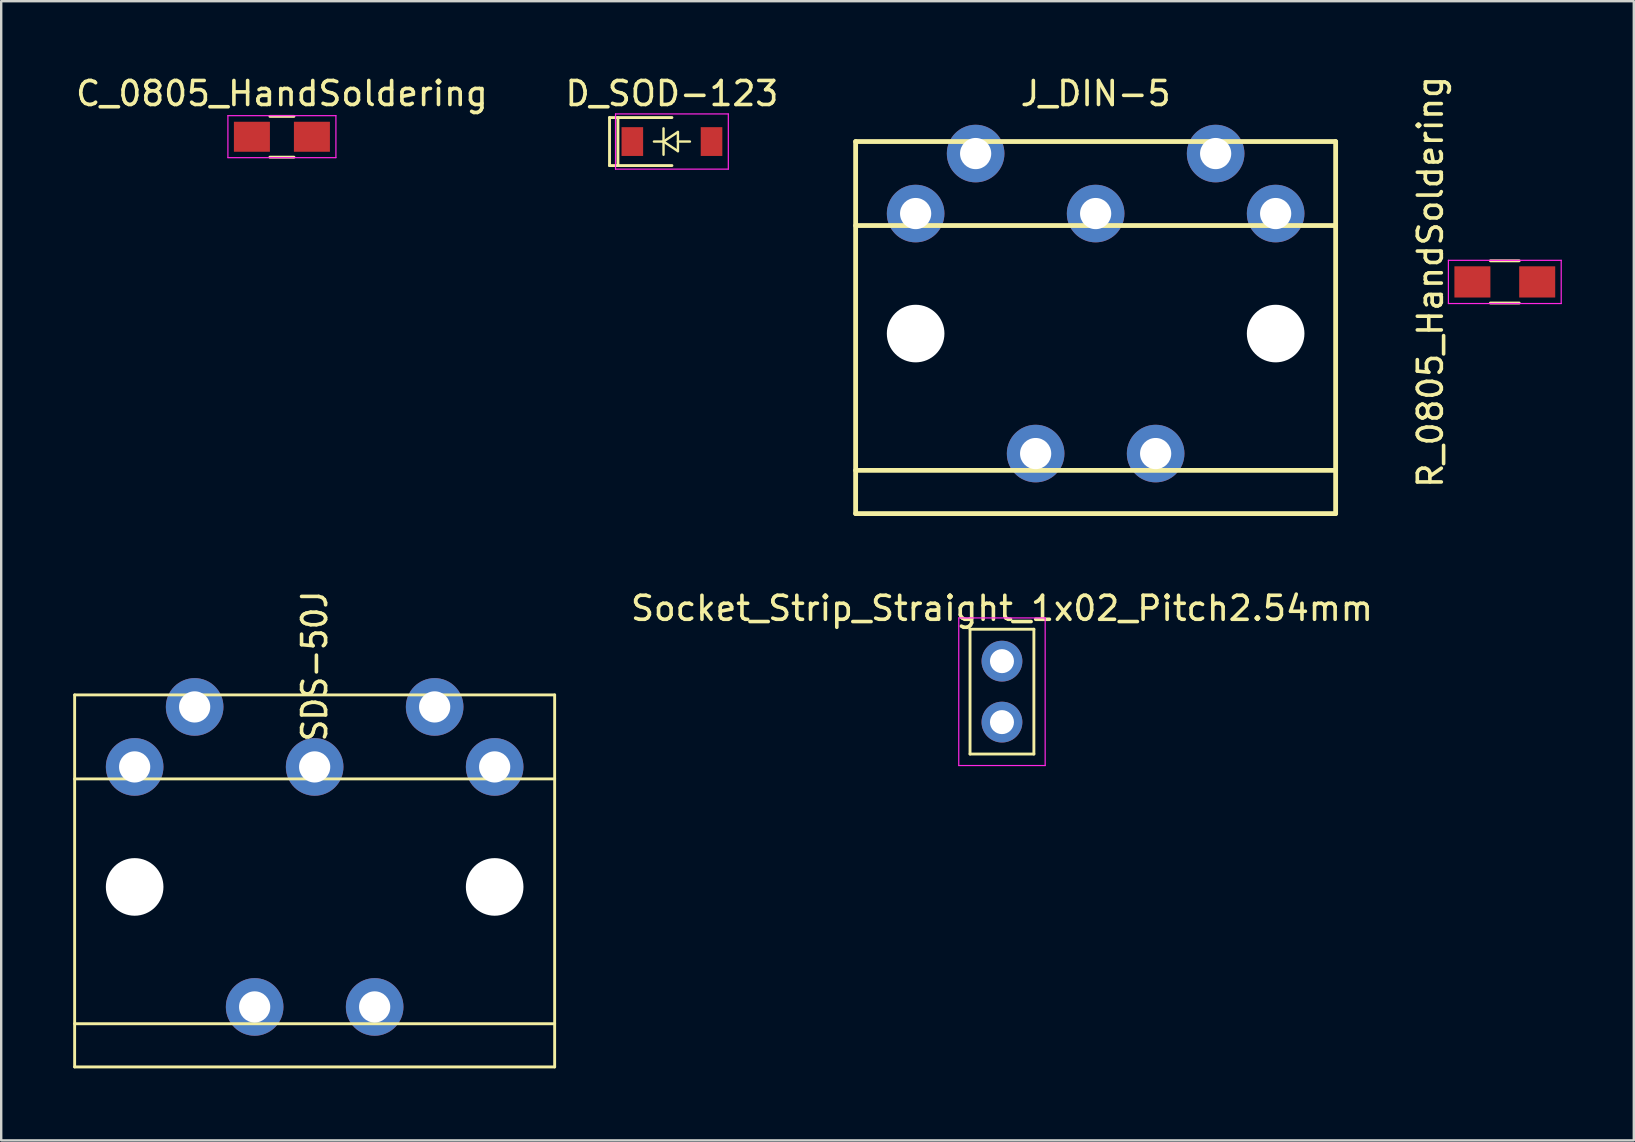
<source format=kicad_pcb>
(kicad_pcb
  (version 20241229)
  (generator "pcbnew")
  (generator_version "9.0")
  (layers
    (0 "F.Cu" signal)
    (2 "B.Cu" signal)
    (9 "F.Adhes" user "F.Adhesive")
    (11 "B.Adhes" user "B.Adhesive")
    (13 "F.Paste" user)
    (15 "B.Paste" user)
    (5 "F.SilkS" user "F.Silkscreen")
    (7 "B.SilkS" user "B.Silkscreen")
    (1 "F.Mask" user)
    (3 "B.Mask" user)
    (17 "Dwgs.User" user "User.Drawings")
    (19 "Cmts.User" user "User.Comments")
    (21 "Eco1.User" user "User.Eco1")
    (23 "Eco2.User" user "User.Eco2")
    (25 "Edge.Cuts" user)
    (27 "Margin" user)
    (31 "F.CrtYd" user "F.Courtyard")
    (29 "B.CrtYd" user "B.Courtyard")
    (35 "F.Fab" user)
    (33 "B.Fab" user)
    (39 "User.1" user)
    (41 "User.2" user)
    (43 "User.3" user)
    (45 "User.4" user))
  (footprint "D_SOD-123"
    (layer "F.Cu")
    (at 24.946 2.848)
    (property "Reference" "D_SOD-123" (at 0 -2 0) (layer "F.SilkS") (effects (font (size 1 1) (thickness 0.15))))
    (attr smd)
    (fp_line (start -2.6 -1) (end -2.6 1) (stroke (width 0.12) (type solid)) (layer "F.SilkS"))
    (fp_line (start -2.6 -1) (end 0 -1) (stroke (width 0.12) (type solid)) (layer "F.SilkS"))
    (fp_line (start -2.6 1) (end 0 1) (stroke (width 0.12) (type solid)) (layer "F.SilkS"))
    (fp_line (start -2.25 -1) (end -2.25 1) (stroke (width 0.12) (type solid)) (layer "F.SilkS"))
    (fp_line (start -0.75 0) (end -0.35 0) (stroke (width 0.1) (type solid)) (layer "F.SilkS"))
    (fp_line (start -0.35 0) (end 0.25 -0.4) (stroke (width 0.1) (type solid)) (layer "F.SilkS"))
    (fp_line (start -0.35 0.55) (end -0.35 -0.55) (stroke (width 0.1) (type solid)) (layer "F.SilkS"))
    (fp_line (start 0.25 -0.4) (end 0.25 0.4) (stroke (width 0.1) (type solid)) (layer "F.SilkS"))
    (fp_line (start 0.25 0) (end 0.75 0) (stroke (width 0.1) (type solid)) (layer "F.SilkS"))
    (fp_line (start 0.25 0.4) (end -0.35 0) (stroke (width 0.1) (type solid)) (layer "F.SilkS"))
    (fp_line (start -2.35 -1.15) (end -2.35 1.15) (stroke (width 0.05) (type solid)) (layer "F.CrtYd"))
    (fp_line (start -2.35 -1.15) (end 2.35 -1.15) (stroke (width 0.05) (type solid)) (layer "F.CrtYd"))
    (fp_line (start 2.35 -1.15) (end 2.35 1.15) (stroke (width 0.05) (type solid)) (layer "F.CrtYd"))
    (fp_line (start 2.35 1.15) (end -2.35 1.15) (stroke (width 0.05) (type solid)) (layer "F.CrtYd"))
    (pad "1" smd rect (at -1.65 0) (size 0.9 1.2) (layers "F.Cu" "F.Mask" "F.Paste"))
    (pad "2" smd rect (at 1.65 0) (size 0.9 1.2) (layers "F.Cu" "F.Mask" "F.Paste")))
  (footprint "R_0805_HandSoldering"
    (layer "F.Cu")
    (at 59.648 8.696)
    (property "Reference" "R_0805_HandSoldering" (at -3.1 0 90) (layer "F.SilkS") (effects (font (size 1 1) (thickness 0.15))))
    (attr smd)
    (fp_line (start -0.6 -0.88) (end 0.6 -0.88) (stroke (width 0.12) (type solid)) (layer "F.SilkS"))
    (fp_line (start 0.6 0.88) (end -0.6 0.88) (stroke (width 0.12) (type solid)) (layer "F.SilkS"))
    (fp_line (start -2.35 -0.9) (end -2.35 0.9) (stroke (width 0.05) (type solid)) (layer "F.CrtYd"))
    (fp_line (start -2.35 -0.9) (end 2.35 -0.9) (stroke (width 0.05) (type solid)) (layer "F.CrtYd"))
    (fp_line (start 2.35 0.9) (end -2.35 0.9) (stroke (width 0.05) (type solid)) (layer "F.CrtYd"))
    (fp_line (start 2.35 0.9) (end 2.35 -0.9) (stroke (width 0.05) (type solid)) (layer "F.CrtYd"))
    (pad "1" smd rect (at -1.35 0) (size 1.5 1.3) (layers "F.Cu" "F.Mask" "F.Paste"))
    (pad "2" smd rect (at 1.35 0) (size 1.5 1.3) (layers "F.Cu" "F.Mask" "F.Paste")))
  (footprint "Socket_Strip_Straight_1x02_Pitch2.54mm"
    (layer "F.Cu")
    (at 38.697 24.497)
    (property "Reference" "Socket_Strip_Straight_1x02_Pitch2.54mm" (at 0 -2.2 0) (layer "F.SilkS") (effects (font (size 1 1) (thickness 0.15))))
    (attr through_hole)
    (fp_line (start -1.33 -1.33) (end -1.33 3.87) (stroke (width 0.12) (type solid)) (layer "F.SilkS"))
    (fp_line (start -1.33 3.87) (end 1.33 3.87) (stroke (width 0.12) (type solid)) (layer "F.SilkS"))
    (fp_line (start 1.33 -1.33) (end -1.33 -1.33) (stroke (width 0.12) (type solid)) (layer "F.SilkS"))
    (fp_line (start 1.33 3.87) (end 1.33 -1.33) (stroke (width 0.12) (type solid)) (layer "F.SilkS"))
    (fp_line (start -1.8 -1.8) (end -1.8 4.35) (stroke (width 0.05) (type solid)) (layer "F.CrtYd"))
    (fp_line (start -1.8 4.35) (end 1.8 4.35) (stroke (width 0.05) (type solid)) (layer "F.CrtYd"))
    (fp_line (start 1.8 -1.8) (end -1.8 -1.8) (stroke (width 0.05) (type solid)) (layer "F.CrtYd"))
    (fp_line (start 1.8 4.35) (end 1.8 -1.8) (stroke (width 0.05) (type solid)) (layer "F.CrtYd"))
    (pad "1" thru_hole circle (at 0 0) (size 1.7 1.7) (drill 1) (layers "*.Cu" "*.Mask"))
    (pad "2" thru_hole oval (at 0 2.54) (size 1.7 1.7) (drill 1) (layers "*.Cu" "*.Mask")))
  (footprint "C_0805_HandSoldering"
    (layer "F.Cu")
    (at 8.696 2.648)
    (property "Reference" "C_0805_HandSoldering" (at 0 -1.8 0) (layer "F.SilkS") (effects (font (size 1 1) (thickness 0.15))))
    (attr smd)
    (fp_line (start -0.5 0.85) (end 0.5 0.85) (stroke (width 0.12) (type solid)) (layer "F.SilkS"))
    (fp_line (start 0.5 -0.85) (end -0.5 -0.85) (stroke (width 0.12) (type solid)) (layer "F.SilkS"))
    (fp_line (start -2.25 -0.88) (end -2.25 0.87) (stroke (width 0.05) (type solid)) (layer "F.CrtYd"))
    (fp_line (start -2.25 -0.88) (end 2.25 -0.88) (stroke (width 0.05) (type solid)) (layer "F.CrtYd"))
    (fp_line (start 2.25 0.87) (end -2.25 0.87) (stroke (width 0.05) (type solid)) (layer "F.CrtYd"))
    (fp_line (start 2.25 0.87) (end 2.25 -0.88) (stroke (width 0.05) (type solid)) (layer "F.CrtYd"))
    (pad "1" smd rect (at -1.25 0) (size 1.5 1.25) (layers "F.Cu" "F.Mask" "F.Paste"))
    (pad "2" smd rect (at 1.25 0) (size 1.5 1.25) (layers "F.Cu" "F.Mask" "F.Paste")))
  (footprint "SDS-50J"
    (layer "F.Cu")
    (at 10.06 33.904)
    (property "Reference" "SDS-50J" (at 0 -9.2 90) (layer "F.SilkS") (effects (font (size 1 0.917) (thickness 0.15))))
    (attr through_hole)
    (fp_line (start -10 -8) (end -10 7.5) (stroke (width 0.12) (type solid)) (layer "F.SilkS"))
    (fp_line (start 10 -8) (end -10 -8) (stroke (width 0.12) (type solid)) (layer "F.SilkS"))
    (fp_line (start 10 -8) (end 10 7.5) (stroke (width 0.12) (type solid)) (layer "F.SilkS"))
    (fp_line (start 10 -4.5) (end -10 -4.5) (stroke (width 0.12) (type solid)) (layer "F.SilkS"))
    (fp_line (start 10 5.7) (end -10 5.7) (stroke (width 0.12) (type solid)) (layer "F.SilkS"))
    (fp_line (start 10 7.5) (end -10 7.5) (stroke (width 0.12) (type solid)) (layer "F.SilkS"))
    (pad "" np_thru_hole circle (at -7.5 0) (size 2.4 2.4) (drill 2.4) (layers "*.Cu" "*.Mask"))
    (pad "" np_thru_hole circle (at 7.5 0) (size 2.4 2.4) (drill 2.4) (layers "*.Cu" "*.Mask"))
    (pad "1" thru_hole circle (at 7.5 -5) (size 2.4 2.4) (drill 1.3) (layers "*.Cu" "*.Mask"))
    (pad "2" thru_hole circle (at 0 -5) (size 2.4 2.4) (drill 1.3) (layers "*.Cu" "*.Mask"))
    (pad "3" thru_hole circle (at -7.5 -5) (size 2.4 2.4) (drill 1.3) (layers "*.Cu" "*.Mask"))
    (pad "4" thru_hole circle (at 5 -7.5) (size 2.4 2.4) (drill 1.3) (layers "*.Cu" "*.Mask"))
    (pad "5" thru_hole circle (at -5 -7.5) (size 2.4 2.4) (drill 1.3) (layers "*.Cu" "*.Mask"))
    (pad "6" thru_hole circle (at -2.5 5) (size 2.4 2.4) (drill 1.3) (layers "*.Cu" "*.Mask"))
    (pad "6" thru_hole circle (at 2.5 5) (size 2.4 2.4) (drill 1.3) (layers "*.Cu" "*.Mask")))
  (footprint "J_DIN-5"
    (layer "F.Cu")
    (at 42.6 10.848)
    (property "Reference" "J_DIN-5" (at 0 -10 0) (layer "F.SilkS") (effects (font (size 1 1) (thickness 0.15))))
    (attr through_hole)
    (fp_line (start -10 -8) (end -10 7.5) (stroke (width 0.2) (type solid)) (layer "F.SilkS"))
    (fp_line (start 10 -8) (end -10 -8) (stroke (width 0.2) (type solid)) (layer "F.SilkS"))
    (fp_line (start 10 -8) (end 10 7.5) (stroke (width 0.2) (type solid)) (layer "F.SilkS"))
    (fp_line (start 10 -4.5) (end -10 -4.5) (stroke (width 0.2) (type solid)) (layer "F.SilkS"))
    (fp_line (start 10 5.7) (end -10 5.7) (stroke (width 0.2) (type solid)) (layer "F.SilkS"))
    (fp_line (start 10 7.5) (end -10 7.5) (stroke (width 0.2) (type solid)) (layer "F.SilkS"))
    (pad "" np_thru_hole circle (at -7.5 0) (size 2.4 2.4) (drill 2.4) (layers "*.Cu" "*.Mask"))
    (pad "" np_thru_hole circle (at 7.5 0) (size 2.4 2.4) (drill 2.4) (layers "*.Cu" "*.Mask"))
    (pad "1" thru_hole circle (at 7.5 -5) (size 2.4 2.4) (drill 1.3) (layers "*.Cu" "*.Mask"))
    (pad "2" thru_hole circle (at 0 -5) (size 2.4 2.4) (drill 1.3) (layers "*.Cu" "*.Mask"))
    (pad "3" thru_hole circle (at -7.5 -5) (size 2.4 2.4) (drill 1.3) (layers "*.Cu" "*.Mask"))
    (pad "4" thru_hole circle (at 5 -7.5) (size 2.4 2.4) (drill 1.3) (layers "*.Cu" "*.Mask"))
    (pad "5" thru_hole circle (at -5 -7.5) (size 2.4 2.4) (drill 1.3) (layers "*.Cu" "*.Mask"))
    (pad "6" thru_hole circle (at -2.5 5) (size 2.4 2.4) (drill 1.3) (layers "*.Cu" "*.Mask"))
    (pad "6" thru_hole circle (at 2.5 5) (size 2.4 2.4) (drill 1.3) (layers "*.Cu" "*.Mask")))
  (gr_rect
    (start -3 -3)
    (end 65.023 44.464)
    (stroke (width 0.1) (type default))
    (fill no)
    (layer "Edge.Cuts")))
</source>
